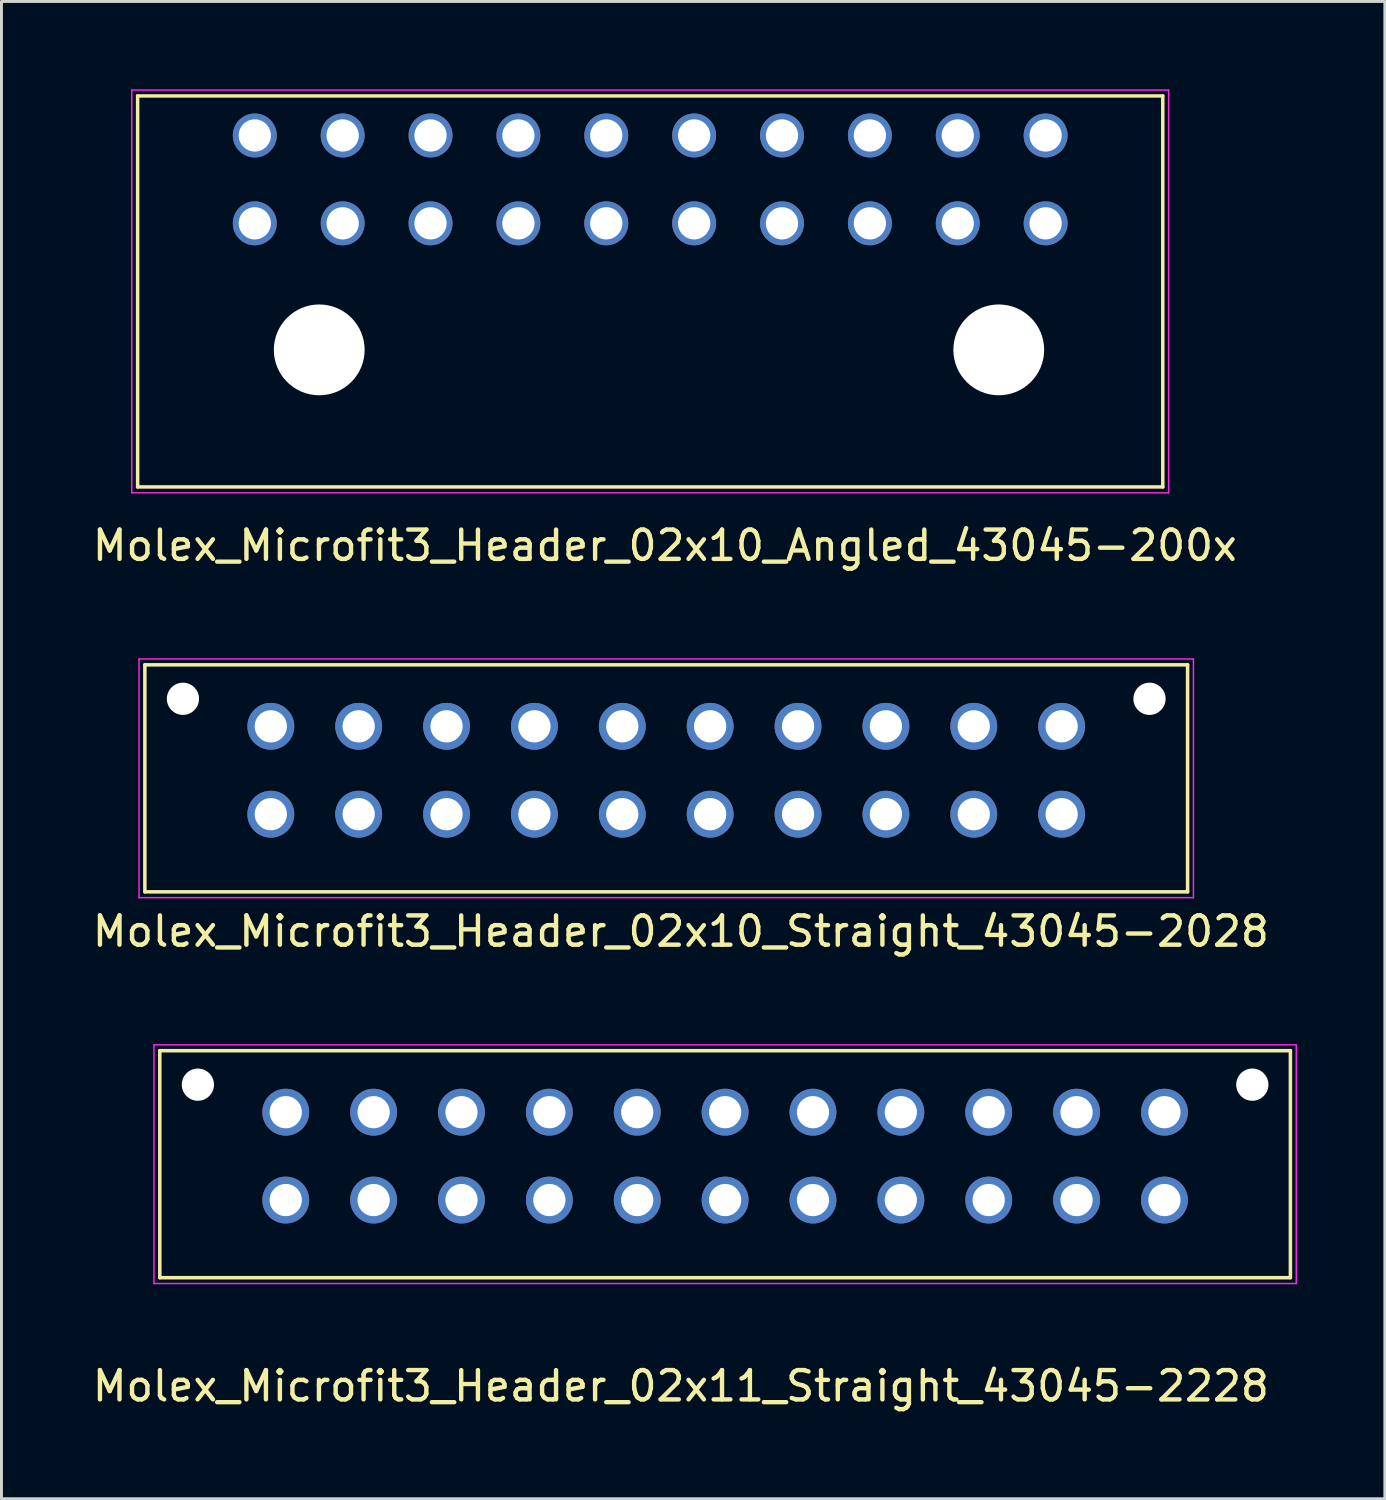
<source format=kicad_pcb>
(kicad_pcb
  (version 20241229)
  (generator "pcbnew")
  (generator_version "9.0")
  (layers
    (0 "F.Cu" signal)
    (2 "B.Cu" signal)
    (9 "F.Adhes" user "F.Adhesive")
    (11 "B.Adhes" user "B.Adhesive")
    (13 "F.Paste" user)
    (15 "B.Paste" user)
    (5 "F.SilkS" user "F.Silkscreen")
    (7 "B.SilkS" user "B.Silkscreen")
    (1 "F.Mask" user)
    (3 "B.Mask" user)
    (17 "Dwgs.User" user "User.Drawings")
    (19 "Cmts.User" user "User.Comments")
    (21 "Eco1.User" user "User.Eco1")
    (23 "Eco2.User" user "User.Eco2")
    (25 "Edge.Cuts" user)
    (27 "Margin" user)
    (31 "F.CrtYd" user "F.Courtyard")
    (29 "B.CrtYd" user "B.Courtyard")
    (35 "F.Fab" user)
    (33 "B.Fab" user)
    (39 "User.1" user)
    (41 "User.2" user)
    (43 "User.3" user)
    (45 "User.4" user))
  (footprint "Molex_Microfit3_Header_02x10_Angled_43045-200x"
    (layer "F.Cu")
    (at 32.649 4.575)
    (property "Reference" "Molex_Microfit3_Header_02x10_Angled_43045-200x" (at -13 11 0) (layer "F.SilkS") (effects (font (size 1 1) (thickness 0.15))))
    (attr through_hole)
    (fp_line (start -31 -4.35) (end 4 -4.35) (stroke (width 0.12) (type solid)) (layer "F.SilkS"))
    (fp_line (start -31 9) (end -31 -4.35) (stroke (width 0.12) (type solid)) (layer "F.SilkS"))
    (fp_line (start 4 -4.35) (end 4 9) (stroke (width 0.12) (type solid)) (layer "F.SilkS"))
    (fp_line (start 4 9) (end -31 9) (stroke (width 0.12) (type solid)) (layer "F.SilkS"))
    (fp_line (start -31.2 -4.55) (end -31.2 9.2) (stroke (width 0.05) (type solid)) (layer "F.CrtYd"))
    (fp_line (start -31.2 9.2) (end 4.2 9.2) (stroke (width 0.05) (type solid)) (layer "F.CrtYd"))
    (fp_line (start 4.2 -4.55) (end -31.2 -4.55) (stroke (width 0.05) (type solid)) (layer "F.CrtYd"))
    (fp_line (start 4.2 9.2) (end 4.2 -4.55) (stroke (width 0.05) (type solid)) (layer "F.CrtYd"))
    (pad "" np_thru_hole circle (at -24.8 4.32) (size 3.1 3.1) (drill 3.1) (layers "*.Cu" "*.Mask"))
    (pad "" np_thru_hole circle (at -1.6 4.32) (size 3.1 3.1) (drill 3.1) (layers "*.Cu" "*.Mask"))
    (pad "1" thru_hole circle (at 0 0) (size 1.5 1.5) (drill 1.1) (layers "*.Cu" "*.Mask"))
    (pad "2" thru_hole circle (at -3 0) (size 1.5 1.5) (drill 1.1) (layers "*.Cu" "*.Mask"))
    (pad "3" thru_hole circle (at -6 0) (size 1.5 1.5) (drill 1.1) (layers "*.Cu" "*.Mask"))
    (pad "4" thru_hole circle (at -9 0) (size 1.5 1.5) (drill 1.1) (layers "*.Cu" "*.Mask"))
    (pad "5" thru_hole circle (at -12 0) (size 1.5 1.5) (drill 1.1) (layers "*.Cu" "*.Mask"))
    (pad "6" thru_hole circle (at -15 0) (size 1.5 1.5) (drill 1.1) (layers "*.Cu" "*.Mask"))
    (pad "7" thru_hole circle (at -18 0) (size 1.5 1.5) (drill 1.1) (layers "*.Cu" "*.Mask"))
    (pad "8" thru_hole circle (at -21 0) (size 1.5 1.5) (drill 1.1) (layers "*.Cu" "*.Mask"))
    (pad "9" thru_hole circle (at -24 0) (size 1.5 1.5) (drill 1.1) (layers "*.Cu" "*.Mask"))
    (pad "10" thru_hole circle (at -27 0) (size 1.5 1.5) (drill 1.1) (layers "*.Cu" "*.Mask"))
    (pad "11" thru_hole circle (at 0 -3) (size 1.5 1.5) (drill 1.1) (layers "*.Cu" "*.Mask"))
    (pad "12" thru_hole circle (at -3 -3) (size 1.5 1.5) (drill 1.1) (layers "*.Cu" "*.Mask"))
    (pad "13" thru_hole circle (at -6 -3) (size 1.5 1.5) (drill 1.1) (layers "*.Cu" "*.Mask"))
    (pad "14" thru_hole circle (at -9 -3) (size 1.5 1.5) (drill 1.1) (layers "*.Cu" "*.Mask"))
    (pad "15" thru_hole circle (at -12 -3) (size 1.5 1.5) (drill 1.1) (layers "*.Cu" "*.Mask"))
    (pad "16" thru_hole circle (at -15 -3) (size 1.5 1.5) (drill 1.1) (layers "*.Cu" "*.Mask"))
    (pad "17" thru_hole circle (at -18 -3) (size 1.5 1.5) (drill 1.1) (layers "*.Cu" "*.Mask"))
    (pad "18" thru_hole circle (at -21 -3) (size 1.5 1.5) (drill 1.1) (layers "*.Cu" "*.Mask"))
    (pad "19" thru_hole circle (at -24 -3) (size 1.5 1.5) (drill 1.1) (layers "*.Cu" "*.Mask"))
    (pad "20" thru_hole circle (at -27 -3) (size 1.5 1.5) (drill 1.1) (layers "*.Cu" "*.Mask")))
  (footprint "Molex_Microfit3_Header_02x11_Straight_43045-2228"
    (layer "F.Cu")
    (at 36.706 37.922)
    (property "Reference" "Molex_Microfit3_Header_02x11_Straight_43045-2228" (at -16.51 6.35 0) (layer "F.SilkS") (effects (font (size 1 1) (thickness 0.15))))
    (attr through_hole)
    (fp_line (start -34.3 2.65) (end -34.3 -5.1) (stroke (width 0.12) (type solid)) (layer "F.SilkS"))
    (fp_line (start 4.3 -5.1) (end -34.3 -5.1) (stroke (width 0.12) (type solid)) (layer "F.SilkS"))
    (fp_line (start 4.3 2.65) (end -34.3 2.65) (stroke (width 0.12) (type solid)) (layer "F.SilkS"))
    (fp_line (start 4.3 2.65) (end 4.3 -5.1) (stroke (width 0.12) (type solid)) (layer "F.SilkS"))
    (fp_line (start -34.5 2.85) (end -34.5 -5.3) (stroke (width 0.05) (type solid)) (layer "F.CrtYd"))
    (fp_line (start 4.5 -5.3) (end -34.5 -5.3) (stroke (width 0.05) (type solid)) (layer "F.CrtYd"))
    (fp_line (start 4.5 2.85) (end -34.5 2.85) (stroke (width 0.05) (type solid)) (layer "F.CrtYd"))
    (fp_line (start 4.5 2.85) (end 4.5 -5.3) (stroke (width 0.05) (type solid)) (layer "F.CrtYd"))
    (pad "" np_thru_hole circle (at -33 -3.94) (size 1.1 1.1) (drill 1.1) (layers "*.Cu" "*.Mask"))
    (pad "" np_thru_hole circle (at 3 -3.94) (size 1.1 1.1) (drill 1.1) (layers "*.Cu" "*.Mask"))
    (pad "1" thru_hole circle (at 0 0) (size 1.6 1.6) (drill 1.1) (layers "*.Cu" "*.Mask"))
    (pad "2" thru_hole circle (at -3 0) (size 1.6 1.6) (drill 1.1) (layers "*.Cu" "*.Mask"))
    (pad "3" thru_hole circle (at -6 0) (size 1.6 1.6) (drill 1.1) (layers "*.Cu" "*.Mask"))
    (pad "4" thru_hole circle (at -9 0) (size 1.6 1.6) (drill 1.1) (layers "*.Cu" "*.Mask"))
    (pad "5" thru_hole circle (at -12 0) (size 1.6 1.6) (drill 1.1) (layers "*.Cu" "*.Mask"))
    (pad "6" thru_hole circle (at -15 0) (size 1.6 1.6) (drill 1.1) (layers "*.Cu" "*.Mask"))
    (pad "7" thru_hole circle (at -18 0) (size 1.6 1.6) (drill 1.1) (layers "*.Cu" "*.Mask"))
    (pad "8" thru_hole circle (at -21 0) (size 1.6 1.6) (drill 1.1) (layers "*.Cu" "*.Mask"))
    (pad "9" thru_hole circle (at -24 0) (size 1.6 1.6) (drill 1.1) (layers "*.Cu" "*.Mask"))
    (pad "10" thru_hole circle (at -27 0) (size 1.6 1.6) (drill 1.1) (layers "*.Cu" "*.Mask"))
    (pad "11" thru_hole circle (at -30 0) (size 1.6 1.6) (drill 1.1) (layers "*.Cu" "*.Mask"))
    (pad "12" thru_hole circle (at 0 -3) (size 1.6 1.6) (drill 1.1) (layers "*.Cu" "*.Mask"))
    (pad "13" thru_hole circle (at -3 -3) (size 1.6 1.6) (drill 1.1) (layers "*.Cu" "*.Mask"))
    (pad "14" thru_hole circle (at -6 -3) (size 1.6 1.6) (drill 1.1) (layers "*.Cu" "*.Mask"))
    (pad "15" thru_hole circle (at -9 -3) (size 1.6 1.6) (drill 1.1) (layers "*.Cu" "*.Mask"))
    (pad "16" thru_hole circle (at -12 -3) (size 1.6 1.6) (drill 1.1) (layers "*.Cu" "*.Mask"))
    (pad "17" thru_hole circle (at -15 -3) (size 1.6 1.6) (drill 1.1) (layers "*.Cu" "*.Mask"))
    (pad "18" thru_hole circle (at -18 -3) (size 1.6 1.6) (drill 1.1) (layers "*.Cu" "*.Mask"))
    (pad "19" thru_hole circle (at -21 -3) (size 1.6 1.6) (drill 1.1) (layers "*.Cu" "*.Mask"))
    (pad "20" thru_hole circle (at -24 -3) (size 1.6 1.6) (drill 1.1) (layers "*.Cu" "*.Mask"))
    (pad "21" thru_hole circle (at -27 -3) (size 1.6 1.6) (drill 1.1) (layers "*.Cu" "*.Mask"))
    (pad "22" thru_hole circle (at -30 -3) (size 1.6 1.6) (drill 1.1) (layers "*.Cu" "*.Mask")))
  (footprint "Molex_Microfit3_Header_02x10_Straight_43045-2028"
    (layer "F.Cu")
    (at 33.196 24.748)
    (property "Reference" "Molex_Microfit3_Header_02x10_Straight_43045-2028" (at -13 4 0) (layer "F.SilkS") (effects (font (size 1 1) (thickness 0.15))))
    (attr through_hole)
    (fp_line (start -31.3 2.65) (end -31.3 -5.1) (stroke (width 0.12) (type solid)) (layer "F.SilkS"))
    (fp_line (start 4.3 -5.1) (end -31.3 -5.1) (stroke (width 0.12) (type solid)) (layer "F.SilkS"))
    (fp_line (start 4.3 2.65) (end -31.3 2.65) (stroke (width 0.12) (type solid)) (layer "F.SilkS"))
    (fp_line (start 4.3 2.65) (end 4.3 -5.1) (stroke (width 0.12) (type solid)) (layer "F.SilkS"))
    (fp_line (start -31.5 2.85) (end -31.5 -5.3) (stroke (width 0.05) (type solid)) (layer "F.CrtYd"))
    (fp_line (start 4.5 -5.3) (end -31.5 -5.3) (stroke (width 0.05) (type solid)) (layer "F.CrtYd"))
    (fp_line (start 4.5 2.85) (end -31.5 2.85) (stroke (width 0.05) (type solid)) (layer "F.CrtYd"))
    (fp_line (start 4.5 2.85) (end 4.5 -5.3) (stroke (width 0.05) (type solid)) (layer "F.CrtYd"))
    (pad "" np_thru_hole circle (at -30 -3.94) (size 1.1 1.1) (drill 1.1) (layers "*.Cu" "*.Mask"))
    (pad "" np_thru_hole circle (at 3 -3.94) (size 1.1 1.1) (drill 1.1) (layers "*.Cu" "*.Mask"))
    (pad "1" thru_hole circle (at 0 0) (size 1.6 1.6) (drill 1.1) (layers "*.Cu" "*.Mask"))
    (pad "2" thru_hole circle (at -3 0) (size 1.6 1.6) (drill 1.1) (layers "*.Cu" "*.Mask"))
    (pad "3" thru_hole circle (at -6 0) (size 1.6 1.6) (drill 1.1) (layers "*.Cu" "*.Mask"))
    (pad "4" thru_hole circle (at -9 0) (size 1.6 1.6) (drill 1.1) (layers "*.Cu" "*.Mask"))
    (pad "5" thru_hole circle (at -12 0) (size 1.6 1.6) (drill 1.1) (layers "*.Cu" "*.Mask"))
    (pad "6" thru_hole circle (at -15 0) (size 1.6 1.6) (drill 1.1) (layers "*.Cu" "*.Mask"))
    (pad "7" thru_hole circle (at -18 0) (size 1.6 1.6) (drill 1.1) (layers "*.Cu" "*.Mask"))
    (pad "8" thru_hole circle (at -21 0) (size 1.6 1.6) (drill 1.1) (layers "*.Cu" "*.Mask"))
    (pad "9" thru_hole circle (at -24 0) (size 1.6 1.6) (drill 1.1) (layers "*.Cu" "*.Mask"))
    (pad "10" thru_hole circle (at -27 0) (size 1.6 1.6) (drill 1.1) (layers "*.Cu" "*.Mask"))
    (pad "11" thru_hole circle (at 0 -3) (size 1.6 1.6) (drill 1.1) (layers "*.Cu" "*.Mask"))
    (pad "12" thru_hole circle (at -3 -3) (size 1.6 1.6) (drill 1.1) (layers "*.Cu" "*.Mask"))
    (pad "13" thru_hole circle (at -6 -3) (size 1.6 1.6) (drill 1.1) (layers "*.Cu" "*.Mask"))
    (pad "14" thru_hole circle (at -9 -3) (size 1.6 1.6) (drill 1.1) (layers "*.Cu" "*.Mask"))
    (pad "15" thru_hole circle (at -12 -3) (size 1.6 1.6) (drill 1.1) (layers "*.Cu" "*.Mask"))
    (pad "16" thru_hole circle (at -15 -3) (size 1.6 1.6) (drill 1.1) (layers "*.Cu" "*.Mask"))
    (pad "17" thru_hole circle (at -18 -3) (size 1.6 1.6) (drill 1.1) (layers "*.Cu" "*.Mask"))
    (pad "18" thru_hole circle (at -21 -3) (size 1.6 1.6) (drill 1.1) (layers "*.Cu" "*.Mask"))
    (pad "19" thru_hole circle (at -24 -3) (size 1.6 1.6) (drill 1.1) (layers "*.Cu" "*.Mask"))
    (pad "20" thru_hole circle (at -27 -3) (size 1.6 1.6) (drill 1.1) (layers "*.Cu" "*.Mask")))
  (gr_rect
    (start -3 -3)
    (end 44.231 48.12)
    (stroke (width 0.1) (type default))
    (fill no)
    (layer "Edge.Cuts")))
</source>
